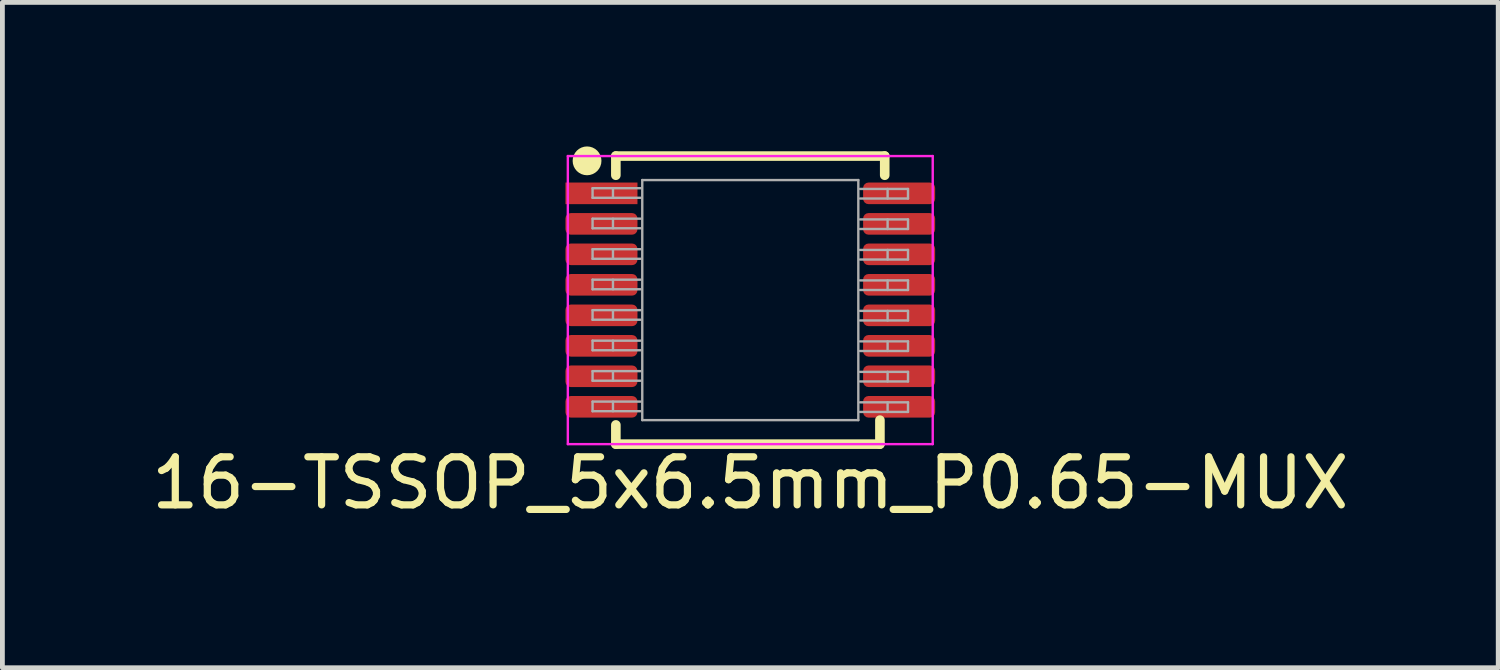
<source format=kicad_pcb>
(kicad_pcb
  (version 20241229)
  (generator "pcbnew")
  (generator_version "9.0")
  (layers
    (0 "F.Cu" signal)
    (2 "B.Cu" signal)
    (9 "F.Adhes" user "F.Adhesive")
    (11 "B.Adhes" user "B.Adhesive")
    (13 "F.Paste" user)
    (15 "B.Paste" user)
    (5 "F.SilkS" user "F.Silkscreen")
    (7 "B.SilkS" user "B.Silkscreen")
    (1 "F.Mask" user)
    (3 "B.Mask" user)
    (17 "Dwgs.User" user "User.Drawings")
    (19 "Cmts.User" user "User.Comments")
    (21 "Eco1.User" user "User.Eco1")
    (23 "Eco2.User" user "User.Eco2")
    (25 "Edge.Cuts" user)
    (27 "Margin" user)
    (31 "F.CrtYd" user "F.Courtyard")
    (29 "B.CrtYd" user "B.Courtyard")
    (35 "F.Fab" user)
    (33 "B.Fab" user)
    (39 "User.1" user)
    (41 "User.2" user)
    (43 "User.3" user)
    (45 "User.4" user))
  (footprint "16-TSSOP_5x6.5mm_P0.65-MUX"
    (layer "F.Cu")
    (at 12.577 3.2)
    (property "Reference" "16-TSSOP_5x6.5mm_P0.65-MUX" (at 0 3.81 0) (layer "F.SilkS") (effects (font (size 1 1) (thickness 0.15))))
    (attr through_hole)
    (fp_line (start -2.8 -3) (end -2.8 -2.6) (stroke (width 0.2) (type solid)) (layer "F.SilkS"))
    (fp_line (start -2.8 -3) (end 2.8 -3) (stroke (width 0.2) (type solid)) (layer "F.SilkS"))
    (fp_line (start -2.8 3) (end -2.8 2.6) (stroke (width 0.2) (type solid)) (layer "F.SilkS"))
    (fp_line (start 2.7 2.5) (end 2.7 3) (stroke (width 0.2) (type solid)) (layer "F.SilkS"))
    (fp_line (start 2.7 3) (end -2.8 3) (stroke (width 0.2) (type solid)) (layer "F.SilkS"))
    (fp_line (start 2.8 -3) (end 2.8 -2.6) (stroke (width 0.2) (type solid)) (layer "F.SilkS"))
    (fp_circle (center -3.4 -2.9) (end -3.25 -2.9) (stroke (width 0.3) (type solid)) (fill no) (layer "F.SilkS"))
    (fp_line (start -3.8 -3) (end 3.8 -3) (stroke (width 0.05) (type solid)) (layer "F.CrtYd"))
    (fp_line (start -3.8 3) (end -3.8 -3) (stroke (width 0.05) (type solid)) (layer "F.CrtYd"))
    (fp_line (start 3.8 -3) (end 3.8 3) (stroke (width 0.05) (type solid)) (layer "F.CrtYd"))
    (fp_line (start 3.8 3) (end -3.8 3) (stroke (width 0.05) (type solid)) (layer "F.CrtYd"))
    (fp_line (start -3.285 -2.33) (end -3.285 -2.13) (stroke (width 0.05) (type solid)) (layer "F.Fab"))
    (fp_line (start -3.285 -2.13) (end -2.285 -2.13) (stroke (width 0.05) (type solid)) (layer "F.Fab"))
    (fp_line (start -3.285 -1.695) (end -3.285 -1.495) (stroke (width 0.05) (type solid)) (layer "F.Fab"))
    (fp_line (start -3.285 -1.495) (end -2.285 -1.495) (stroke (width 0.05) (type solid)) (layer "F.Fab"))
    (fp_line (start -3.285 -1.06) (end -3.285 -0.86) (stroke (width 0.05) (type solid)) (layer "F.Fab"))
    (fp_line (start -3.285 -0.86) (end -2.285 -0.86) (stroke (width 0.05) (type solid)) (layer "F.Fab"))
    (fp_line (start -3.285 -0.425) (end -3.285 -0.225) (stroke (width 0.05) (type solid)) (layer "F.Fab"))
    (fp_line (start -3.285 -0.225) (end -2.285 -0.225) (stroke (width 0.05) (type solid)) (layer "F.Fab"))
    (fp_line (start -3.285 0.21) (end -3.285 0.41) (stroke (width 0.05) (type solid)) (layer "F.Fab"))
    (fp_line (start -3.285 0.41) (end -2.285 0.41) (stroke (width 0.05) (type solid)) (layer "F.Fab"))
    (fp_line (start -3.285 0.845) (end -3.285 1.045) (stroke (width 0.05) (type solid)) (layer "F.Fab"))
    (fp_line (start -3.285 1.045) (end -2.285 1.045) (stroke (width 0.05) (type solid)) (layer "F.Fab"))
    (fp_line (start -3.285 1.48) (end -3.285 1.68) (stroke (width 0.05) (type solid)) (layer "F.Fab"))
    (fp_line (start -3.285 1.68) (end -2.285 1.68) (stroke (width 0.05) (type solid)) (layer "F.Fab"))
    (fp_line (start -3.285 2.115) (end -3.285 2.315) (stroke (width 0.05) (type solid)) (layer "F.Fab"))
    (fp_line (start -3.285 2.315) (end -2.285 2.315) (stroke (width 0.05) (type solid)) (layer "F.Fab"))
    (fp_line (start -2.86 -2.33) (end -2.86 -2.13) (stroke (width 0.05) (type solid)) (layer "F.Fab"))
    (fp_line (start -2.86 -1.695) (end -2.86 -1.495) (stroke (width 0.05) (type solid)) (layer "F.Fab"))
    (fp_line (start -2.86 -1.06) (end -2.86 -0.86) (stroke (width 0.05) (type solid)) (layer "F.Fab"))
    (fp_line (start -2.86 -0.425) (end -2.86 -0.225) (stroke (width 0.05) (type solid)) (layer "F.Fab"))
    (fp_line (start -2.86 0.21) (end -2.86 0.41) (stroke (width 0.05) (type solid)) (layer "F.Fab"))
    (fp_line (start -2.86 0.845) (end -2.86 1.045) (stroke (width 0.05) (type solid)) (layer "F.Fab"))
    (fp_line (start -2.86 1.48) (end -2.86 1.68) (stroke (width 0.05) (type solid)) (layer "F.Fab"))
    (fp_line (start -2.86 2.115) (end -2.86 2.315) (stroke (width 0.05) (type solid)) (layer "F.Fab"))
    (fp_line (start -2.285 -2.33) (end -3.285 -2.33) (stroke (width 0.05) (type solid)) (layer "F.Fab"))
    (fp_line (start -2.285 -1.695) (end -3.285 -1.695) (stroke (width 0.05) (type solid)) (layer "F.Fab"))
    (fp_line (start -2.285 -1.06) (end -3.285 -1.06) (stroke (width 0.05) (type solid)) (layer "F.Fab"))
    (fp_line (start -2.285 -0.425) (end -3.285 -0.425) (stroke (width 0.05) (type solid)) (layer "F.Fab"))
    (fp_line (start -2.285 0.21) (end -3.285 0.21) (stroke (width 0.05) (type solid)) (layer "F.Fab"))
    (fp_line (start -2.285 0.845) (end -3.285 0.845) (stroke (width 0.05) (type solid)) (layer "F.Fab"))
    (fp_line (start -2.285 1.48) (end -3.285 1.48) (stroke (width 0.05) (type solid)) (layer "F.Fab"))
    (fp_line (start -2.285 2.115) (end -3.285 2.115) (stroke (width 0.05) (type solid)) (layer "F.Fab"))
    (fp_line (start -2.25 -2.5) (end 2.25 -2.5) (stroke (width 0.05) (type solid)) (layer "F.Fab"))
    (fp_line (start -2.25 2.5) (end -2.25 -2.5) (stroke (width 0.05) (type solid)) (layer "F.Fab"))
    (fp_line (start 2.25 -2.5) (end 2.25 2.5) (stroke (width 0.05) (type solid)) (layer "F.Fab"))
    (fp_line (start 2.25 2.5) (end -2.25 2.5) (stroke (width 0.05) (type solid)) (layer "F.Fab"))
    (fp_line (start 2.285 -2.115) (end 3.285 -2.115) (stroke (width 0.05) (type solid)) (layer "F.Fab"))
    (fp_line (start 2.285 -1.48) (end 3.285 -1.48) (stroke (width 0.05) (type solid)) (layer "F.Fab"))
    (fp_line (start 2.285 -0.845) (end 3.285 -0.845) (stroke (width 0.05) (type solid)) (layer "F.Fab"))
    (fp_line (start 2.285 -0.21) (end 3.285 -0.21) (stroke (width 0.05) (type solid)) (layer "F.Fab"))
    (fp_line (start 2.285 0.425) (end 3.285 0.425) (stroke (width 0.05) (type solid)) (layer "F.Fab"))
    (fp_line (start 2.285 1.06) (end 3.285 1.06) (stroke (width 0.05) (type solid)) (layer "F.Fab"))
    (fp_line (start 2.285 1.695) (end 3.285 1.695) (stroke (width 0.05) (type solid)) (layer "F.Fab"))
    (fp_line (start 2.285 2.33) (end 3.285 2.33) (stroke (width 0.05) (type solid)) (layer "F.Fab"))
    (fp_line (start 2.86 -2.115) (end 2.86 -2.315) (stroke (width 0.05) (type solid)) (layer "F.Fab"))
    (fp_line (start 2.86 -1.48) (end 2.86 -1.68) (stroke (width 0.05) (type solid)) (layer "F.Fab"))
    (fp_line (start 2.86 -0.845) (end 2.86 -1.045) (stroke (width 0.05) (type solid)) (layer "F.Fab"))
    (fp_line (start 2.86 -0.21) (end 2.86 -0.41) (stroke (width 0.05) (type solid)) (layer "F.Fab"))
    (fp_line (start 2.86 0.425) (end 2.86 0.225) (stroke (width 0.05) (type solid)) (layer "F.Fab"))
    (fp_line (start 2.86 1.06) (end 2.86 0.86) (stroke (width 0.05) (type solid)) (layer "F.Fab"))
    (fp_line (start 2.86 1.695) (end 2.86 1.495) (stroke (width 0.05) (type solid)) (layer "F.Fab"))
    (fp_line (start 2.86 2.33) (end 2.86 2.13) (stroke (width 0.05) (type solid)) (layer "F.Fab"))
    (fp_line (start 3.285 -2.315) (end 2.285 -2.315) (stroke (width 0.05) (type solid)) (layer "F.Fab"))
    (fp_line (start 3.285 -2.115) (end 3.285 -2.315) (stroke (width 0.05) (type solid)) (layer "F.Fab"))
    (fp_line (start 3.285 -1.68) (end 2.285 -1.68) (stroke (width 0.05) (type solid)) (layer "F.Fab"))
    (fp_line (start 3.285 -1.48) (end 3.285 -1.68) (stroke (width 0.05) (type solid)) (layer "F.Fab"))
    (fp_line (start 3.285 -1.045) (end 2.285 -1.045) (stroke (width 0.05) (type solid)) (layer "F.Fab"))
    (fp_line (start 3.285 -0.845) (end 3.285 -1.045) (stroke (width 0.05) (type solid)) (layer "F.Fab"))
    (fp_line (start 3.285 -0.41) (end 2.285 -0.41) (stroke (width 0.05) (type solid)) (layer "F.Fab"))
    (fp_line (start 3.285 -0.21) (end 3.285 -0.41) (stroke (width 0.05) (type solid)) (layer "F.Fab"))
    (fp_line (start 3.285 0.225) (end 2.285 0.225) (stroke (width 0.05) (type solid)) (layer "F.Fab"))
    (fp_line (start 3.285 0.425) (end 3.285 0.225) (stroke (width 0.05) (type solid)) (layer "F.Fab"))
    (fp_line (start 3.285 0.86) (end 2.285 0.86) (stroke (width 0.05) (type solid)) (layer "F.Fab"))
    (fp_line (start 3.285 1.06) (end 3.285 0.86) (stroke (width 0.05) (type solid)) (layer "F.Fab"))
    (fp_line (start 3.285 1.495) (end 2.285 1.495) (stroke (width 0.05) (type solid)) (layer "F.Fab"))
    (fp_line (start 3.285 1.695) (end 3.285 1.495) (stroke (width 0.05) (type solid)) (layer "F.Fab"))
    (fp_line (start 3.285 2.13) (end 2.285 2.13) (stroke (width 0.05) (type solid)) (layer "F.Fab"))
    (fp_line (start 3.285 2.33) (end 3.285 2.13) (stroke (width 0.05) (type solid)) (layer "F.Fab"))
    (fp_text user "GND" (at -2.2 2.223 0) (layer "Eco1.User") (effects (font (size 0.25 0.25) (thickness 0.062)) (justify left)))
    (fp_text user "S2" (at 2.2 2.223 0) (layer "Eco1.User") (effects (font (size 0.25 0.25) (thickness 0.062)) (justify right)))
    (fp_text user "NC" (at -2.2 0.953 0) (layer "Eco1.User") (effects (font (size 0.25 0.25) (thickness 0.062)) (justify left)))
    (fp_text user "O2" (at -2.2 -1.587 0) (layer "Eco1.User") (effects (font (size 0.25 0.25) (thickness 0.062)) (justify left)))
    (fp_text user "O5" (at 2.2 -1.587 0) (layer "Eco1.User") (effects (font (size 0.25 0.25) (thickness 0.062)) (justify right)))
    (fp_text user "VCC" (at 2.2 -2.223 0) (layer "Eco1.User") (effects (font (size 0.25 0.25) (thickness 0.062)) (justify right)))
    (fp_text user "O3" (at -2.2 -2.223 0) (layer "Eco1.User") (effects (font (size 0.25 0.25) (thickness 0.062)) (justify left)))
    (fp_text user "~{EN}" (at -2.2 1.587 0) (layer "Eco1.User") (effects (font (size 0.25 0.25) (thickness 0.062)) (justify left)))
    (fp_text user "O7" (at 2.2 -0.318 0) (layer "Eco1.User") (effects (font (size 0.25 0.25) (thickness 0.062)) (justify right)))
    (fp_text user "O1" (at -2.2 -0.953 0) (layer "Eco1.User") (effects (font (size 0.25 0.25) (thickness 0.062)) (justify left)))
    (fp_text user "S1" (at 2.2 1.587 0) (layer "Eco1.User") (effects (font (size 0.25 0.25) (thickness 0.062)) (justify right)))
    (fp_text user "O6" (at 2.2 -0.953 0) (layer "Eco1.User") (effects (font (size 0.25 0.25) (thickness 0.062)) (justify right)))
    (fp_text user "O8" (at 2.2 0.318 0) (layer "Eco1.User") (effects (font (size 0.25 0.25) (thickness 0.062)) (justify right)))
    (fp_text user "Y" (at -2.2 0.318 0) (layer "Eco1.User") (effects (font (size 0.25 0.25) (thickness 0.062)) (justify left)))
    (fp_text user "S0" (at 2.2 0.953 0) (layer "Eco1.User") (effects (font (size 0.25 0.25) (thickness 0.062)) (justify right)))
    (fp_text user "O0" (at -2.2 -0.318 0) (layer "Eco1.User") (effects (font (size 0.25 0.25) (thickness 0.062)) (justify left)))
    (pad "1" smd rect (at -3.1 -2.223) (size 1.5 0.45) (layers "F.Cu" "F.Mask" "F.Paste"))
    (pad "2" smd roundrect (at -3.1 -1.587) (size 1.5 0.45) (layers "F.Cu" "F.Mask" "F.Paste") (roundrect_rratio 0.25))
    (pad "3" smd roundrect (at -3.1 -0.953) (size 1.5 0.45) (layers "F.Cu" "F.Mask" "F.Paste") (roundrect_rratio 0.25))
    (pad "4" smd roundrect (at -3.1 -0.318) (size 1.5 0.45) (layers "F.Cu" "F.Mask" "F.Paste") (roundrect_rratio 0.25))
    (pad "5" smd roundrect (at -3.1 0.318) (size 1.5 0.45) (layers "F.Cu" "F.Mask" "F.Paste") (roundrect_rratio 0.25))
    (pad "6" smd roundrect (at -3.1 0.953) (size 1.5 0.45) (layers "F.Cu" "F.Mask" "F.Paste") (roundrect_rratio 0.25))
    (pad "7" smd roundrect (at -3.1 1.587) (size 1.5 0.45) (layers "F.Cu" "F.Mask" "F.Paste") (roundrect_rratio 0.25))
    (pad "8" smd roundrect (at -3.1 2.223) (size 1.5 0.45) (layers "F.Cu" "F.Mask" "F.Paste") (roundrect_rratio 0.25))
    (pad "9" smd roundrect (at 3.1 2.223) (size 1.5 0.45) (layers "F.Cu" "F.Mask" "F.Paste") (roundrect_rratio 0.25))
    (pad "10" smd roundrect (at 3.1 1.587) (size 1.5 0.45) (layers "F.Cu" "F.Mask" "F.Paste") (roundrect_rratio 0.25))
    (pad "11" smd roundrect (at 3.1 0.953) (size 1.5 0.45) (layers "F.Cu" "F.Mask" "F.Paste") (roundrect_rratio 0.25))
    (pad "12" smd roundrect (at 3.1 0.318) (size 1.5 0.45) (layers "F.Cu" "F.Mask" "F.Paste") (roundrect_rratio 0.25))
    (pad "13" smd roundrect (at 3.1 -0.318) (size 1.5 0.45) (layers "F.Cu" "F.Mask" "F.Paste") (roundrect_rratio 0.25))
    (pad "14" smd roundrect (at 3.1 -0.953) (size 1.5 0.45) (layers "F.Cu" "F.Mask" "F.Paste") (roundrect_rratio 0.25))
    (pad "15" smd roundrect (at 3.1 -1.587) (size 1.5 0.45) (layers "F.Cu" "F.Mask" "F.Paste") (roundrect_rratio 0.25))
    (pad "16" smd roundrect (at 3.1 -2.223) (size 1.5 0.45) (layers "F.Cu" "F.Mask" "F.Paste") (roundrect_rratio 0.25)))
  (gr_rect
    (start -3 -3)
    (end 28.155 10.858)
    (stroke (width 0.1) (type default))
    (fill no)
    (layer "Edge.Cuts")))
</source>
